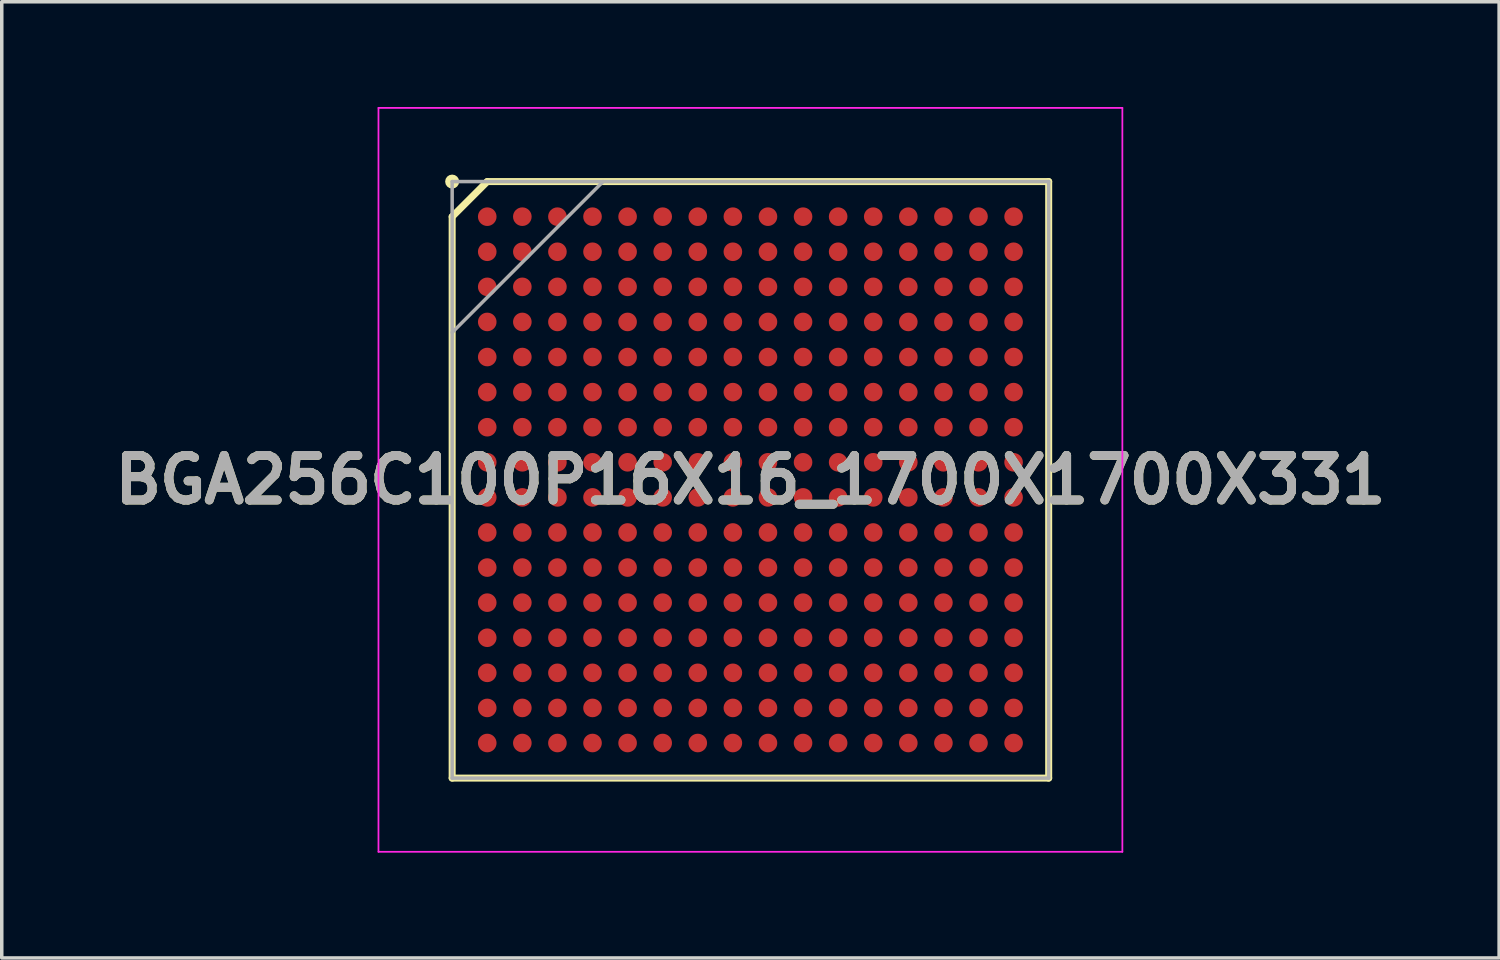
<source format=kicad_pcb>
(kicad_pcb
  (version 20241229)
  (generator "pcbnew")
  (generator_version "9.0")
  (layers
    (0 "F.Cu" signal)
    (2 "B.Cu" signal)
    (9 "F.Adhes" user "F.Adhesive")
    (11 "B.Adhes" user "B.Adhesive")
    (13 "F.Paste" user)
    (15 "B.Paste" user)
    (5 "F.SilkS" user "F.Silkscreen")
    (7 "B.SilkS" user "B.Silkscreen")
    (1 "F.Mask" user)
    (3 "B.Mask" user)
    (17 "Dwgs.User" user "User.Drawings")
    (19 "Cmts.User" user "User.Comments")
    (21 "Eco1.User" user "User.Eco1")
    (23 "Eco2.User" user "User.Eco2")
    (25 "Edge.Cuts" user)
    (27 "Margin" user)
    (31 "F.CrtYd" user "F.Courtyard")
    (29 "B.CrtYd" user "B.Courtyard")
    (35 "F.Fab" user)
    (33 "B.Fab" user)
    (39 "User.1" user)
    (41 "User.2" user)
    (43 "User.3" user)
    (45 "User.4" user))
  (footprint "BGA256C100P16X16_1700X1700X331"
    (layer "F.Cu")
    (at 18.336 10.625)
    (property "Reference" "BGA256C100P16X16_1700X1700X331" (at 0 0 0) (layer "F.SilkS") (effects (font (size 1.27 1.27) (thickness 0.254))))
    (attr smd)
    (fp_line (start -8.5 -7.5) (end -7.5 -8.5) (stroke (width 0.2) (type solid)) (layer "F.SilkS"))
    (fp_line (start -8.5 8.5) (end -8.5 -7.5) (stroke (width 0.2) (type solid)) (layer "F.SilkS"))
    (fp_line (start -7.5 -8.5) (end 8.5 -8.5) (stroke (width 0.2) (type solid)) (layer "F.SilkS"))
    (fp_line (start 8.5 -8.5) (end 8.5 8.5) (stroke (width 0.2) (type solid)) (layer "F.SilkS"))
    (fp_line (start 8.5 8.5) (end -8.5 8.5) (stroke (width 0.2) (type solid)) (layer "F.SilkS"))
    (fp_circle (center -8.5 -8.5) (end -8.5 -8.4) (stroke (width 0.2) (type solid)) (fill no) (layer "F.SilkS"))
    (fp_line (start -10.6 -10.6) (end 10.6 -10.6) (stroke (width 0.05) (type solid)) (layer "F.CrtYd"))
    (fp_line (start -10.6 10.6) (end -10.6 -10.6) (stroke (width 0.05) (type solid)) (layer "F.CrtYd"))
    (fp_line (start 10.6 -10.6) (end 10.6 10.6) (stroke (width 0.05) (type solid)) (layer "F.CrtYd"))
    (fp_line (start 10.6 10.6) (end -10.6 10.6) (stroke (width 0.05) (type solid)) (layer "F.CrtYd"))
    (fp_line (start -8.5 -8.5) (end 8.5 -8.5) (stroke (width 0.1) (type solid)) (layer "F.Fab"))
    (fp_line (start -8.5 -4.2) (end -4.2 -8.5) (stroke (width 0.1) (type solid)) (layer "F.Fab"))
    (fp_line (start -8.5 8.5) (end -8.5 -8.5) (stroke (width 0.1) (type solid)) (layer "F.Fab"))
    (fp_line (start 8.5 -8.5) (end 8.5 8.5) (stroke (width 0.1) (type solid)) (layer "F.Fab"))
    (fp_line (start 8.5 8.5) (end -8.5 8.5) (stroke (width 0.1) (type solid)) (layer "F.Fab"))
    (fp_text user "${REFERENCE}" (at 0 0 0) (layer "F.Fab") (effects (font (size 1.27 1.27) (thickness 0.254))))
    (pad "A1" smd circle (at -7.5 -7.5 90) (size 0.53 0.53) (layers "F.Cu" "F.Mask" "F.Paste"))
    (pad "A2" smd circle (at -6.5 -7.5 90) (size 0.53 0.53) (layers "F.Cu" "F.Mask" "F.Paste"))
    (pad "A3" smd circle (at -5.5 -7.5 90) (size 0.53 0.53) (layers "F.Cu" "F.Mask" "F.Paste"))
    (pad "A4" smd circle (at -4.5 -7.5 90) (size 0.53 0.53) (layers "F.Cu" "F.Mask" "F.Paste"))
    (pad "A5" smd circle (at -3.5 -7.5 90) (size 0.53 0.53) (layers "F.Cu" "F.Mask" "F.Paste"))
    (pad "A6" smd circle (at -2.5 -7.5 90) (size 0.53 0.53) (layers "F.Cu" "F.Mask" "F.Paste"))
    (pad "A7" smd circle (at -1.5 -7.5 90) (size 0.53 0.53) (layers "F.Cu" "F.Mask" "F.Paste"))
    (pad "A8" smd circle (at -0.5 -7.5 90) (size 0.53 0.53) (layers "F.Cu" "F.Mask" "F.Paste"))
    (pad "A9" smd circle (at 0.5 -7.5 90) (size 0.53 0.53) (layers "F.Cu" "F.Mask" "F.Paste"))
    (pad "A10" smd circle (at 1.5 -7.5 90) (size 0.53 0.53) (layers "F.Cu" "F.Mask" "F.Paste"))
    (pad "A11" smd circle (at 2.5 -7.5 90) (size 0.53 0.53) (layers "F.Cu" "F.Mask" "F.Paste"))
    (pad "A12" smd circle (at 3.5 -7.5 90) (size 0.53 0.53) (layers "F.Cu" "F.Mask" "F.Paste"))
    (pad "A13" smd circle (at 4.5 -7.5 90) (size 0.53 0.53) (layers "F.Cu" "F.Mask" "F.Paste"))
    (pad "A14" smd circle (at 5.5 -7.5 90) (size 0.53 0.53) (layers "F.Cu" "F.Mask" "F.Paste"))
    (pad "A15" smd circle (at 6.5 -7.5 90) (size 0.53 0.53) (layers "F.Cu" "F.Mask" "F.Paste"))
    (pad "A16" smd circle (at 7.5 -7.5 90) (size 0.53 0.53) (layers "F.Cu" "F.Mask" "F.Paste"))
    (pad "B1" smd circle (at -7.5 -6.5 90) (size 0.53 0.53) (layers "F.Cu" "F.Mask" "F.Paste"))
    (pad "B2" smd circle (at -6.5 -6.5 90) (size 0.53 0.53) (layers "F.Cu" "F.Mask" "F.Paste"))
    (pad "B3" smd circle (at -5.5 -6.5 90) (size 0.53 0.53) (layers "F.Cu" "F.Mask" "F.Paste"))
    (pad "B4" smd circle (at -4.5 -6.5 90) (size 0.53 0.53) (layers "F.Cu" "F.Mask" "F.Paste"))
    (pad "B5" smd circle (at -3.5 -6.5 90) (size 0.53 0.53) (layers "F.Cu" "F.Mask" "F.Paste"))
    (pad "B6" smd circle (at -2.5 -6.5 90) (size 0.53 0.53) (layers "F.Cu" "F.Mask" "F.Paste"))
    (pad "B7" smd circle (at -1.5 -6.5 90) (size 0.53 0.53) (layers "F.Cu" "F.Mask" "F.Paste"))
    (pad "B8" smd circle (at -0.5 -6.5 90) (size 0.53 0.53) (layers "F.Cu" "F.Mask" "F.Paste"))
    (pad "B9" smd circle (at 0.5 -6.5 90) (size 0.53 0.53) (layers "F.Cu" "F.Mask" "F.Paste"))
    (pad "B10" smd circle (at 1.5 -6.5 90) (size 0.53 0.53) (layers "F.Cu" "F.Mask" "F.Paste"))
    (pad "B11" smd circle (at 2.5 -6.5 90) (size 0.53 0.53) (layers "F.Cu" "F.Mask" "F.Paste"))
    (pad "B12" smd circle (at 3.5 -6.5 90) (size 0.53 0.53) (layers "F.Cu" "F.Mask" "F.Paste"))
    (pad "B13" smd circle (at 4.5 -6.5 90) (size 0.53 0.53) (layers "F.Cu" "F.Mask" "F.Paste"))
    (pad "B14" smd circle (at 5.5 -6.5 90) (size 0.53 0.53) (layers "F.Cu" "F.Mask" "F.Paste"))
    (pad "B15" smd circle (at 6.5 -6.5 90) (size 0.53 0.53) (layers "F.Cu" "F.Mask" "F.Paste"))
    (pad "B16" smd circle (at 7.5 -6.5 90) (size 0.53 0.53) (layers "F.Cu" "F.Mask" "F.Paste"))
    (pad "C1" smd circle (at -7.5 -5.5 90) (size 0.53 0.53) (layers "F.Cu" "F.Mask" "F.Paste"))
    (pad "C2" smd circle (at -6.5 -5.5 90) (size 0.53 0.53) (layers "F.Cu" "F.Mask" "F.Paste"))
    (pad "C3" smd circle (at -5.5 -5.5 90) (size 0.53 0.53) (layers "F.Cu" "F.Mask" "F.Paste"))
    (pad "C4" smd circle (at -4.5 -5.5 90) (size 0.53 0.53) (layers "F.Cu" "F.Mask" "F.Paste"))
    (pad "C5" smd circle (at -3.5 -5.5 90) (size 0.53 0.53) (layers "F.Cu" "F.Mask" "F.Paste"))
    (pad "C6" smd circle (at -2.5 -5.5 90) (size 0.53 0.53) (layers "F.Cu" "F.Mask" "F.Paste"))
    (pad "C7" smd circle (at -1.5 -5.5 90) (size 0.53 0.53) (layers "F.Cu" "F.Mask" "F.Paste"))
    (pad "C8" smd circle (at -0.5 -5.5 90) (size 0.53 0.53) (layers "F.Cu" "F.Mask" "F.Paste"))
    (pad "C9" smd circle (at 0.5 -5.5 90) (size 0.53 0.53) (layers "F.Cu" "F.Mask" "F.Paste"))
    (pad "C10" smd circle (at 1.5 -5.5 90) (size 0.53 0.53) (layers "F.Cu" "F.Mask" "F.Paste"))
    (pad "C11" smd circle (at 2.5 -5.5 90) (size 0.53 0.53) (layers "F.Cu" "F.Mask" "F.Paste"))
    (pad "C12" smd circle (at 3.5 -5.5 90) (size 0.53 0.53) (layers "F.Cu" "F.Mask" "F.Paste"))
    (pad "C13" smd circle (at 4.5 -5.5 90) (size 0.53 0.53) (layers "F.Cu" "F.Mask" "F.Paste"))
    (pad "C14" smd circle (at 5.5 -5.5 90) (size 0.53 0.53) (layers "F.Cu" "F.Mask" "F.Paste"))
    (pad "C15" smd circle (at 6.5 -5.5 90) (size 0.53 0.53) (layers "F.Cu" "F.Mask" "F.Paste"))
    (pad "C16" smd circle (at 7.5 -5.5 90) (size 0.53 0.53) (layers "F.Cu" "F.Mask" "F.Paste"))
    (pad "D1" smd circle (at -7.5 -4.5 90) (size 0.53 0.53) (layers "F.Cu" "F.Mask" "F.Paste"))
    (pad "D2" smd circle (at -6.5 -4.5 90) (size 0.53 0.53) (layers "F.Cu" "F.Mask" "F.Paste"))
    (pad "D3" smd circle (at -5.5 -4.5 90) (size 0.53 0.53) (layers "F.Cu" "F.Mask" "F.Paste"))
    (pad "D4" smd circle (at -4.5 -4.5 90) (size 0.53 0.53) (layers "F.Cu" "F.Mask" "F.Paste"))
    (pad "D5" smd circle (at -3.5 -4.5 90) (size 0.53 0.53) (layers "F.Cu" "F.Mask" "F.Paste"))
    (pad "D6" smd circle (at -2.5 -4.5 90) (size 0.53 0.53) (layers "F.Cu" "F.Mask" "F.Paste"))
    (pad "D7" smd circle (at -1.5 -4.5 90) (size 0.53 0.53) (layers "F.Cu" "F.Mask" "F.Paste"))
    (pad "D8" smd circle (at -0.5 -4.5 90) (size 0.53 0.53) (layers "F.Cu" "F.Mask" "F.Paste"))
    (pad "D9" smd circle (at 0.5 -4.5 90) (size 0.53 0.53) (layers "F.Cu" "F.Mask" "F.Paste"))
    (pad "D10" smd circle (at 1.5 -4.5 90) (size 0.53 0.53) (layers "F.Cu" "F.Mask" "F.Paste"))
    (pad "D11" smd circle (at 2.5 -4.5 90) (size 0.53 0.53) (layers "F.Cu" "F.Mask" "F.Paste"))
    (pad "D12" smd circle (at 3.5 -4.5 90) (size 0.53 0.53) (layers "F.Cu" "F.Mask" "F.Paste"))
    (pad "D13" smd circle (at 4.5 -4.5 90) (size 0.53 0.53) (layers "F.Cu" "F.Mask" "F.Paste"))
    (pad "D14" smd circle (at 5.5 -4.5 90) (size 0.53 0.53) (layers "F.Cu" "F.Mask" "F.Paste"))
    (pad "D15" smd circle (at 6.5 -4.5 90) (size 0.53 0.53) (layers "F.Cu" "F.Mask" "F.Paste"))
    (pad "D16" smd circle (at 7.5 -4.5 90) (size 0.53 0.53) (layers "F.Cu" "F.Mask" "F.Paste"))
    (pad "E1" smd circle (at -7.5 -3.5 90) (size 0.53 0.53) (layers "F.Cu" "F.Mask" "F.Paste"))
    (pad "E2" smd circle (at -6.5 -3.5 90) (size 0.53 0.53) (layers "F.Cu" "F.Mask" "F.Paste"))
    (pad "E3" smd circle (at -5.5 -3.5 90) (size 0.53 0.53) (layers "F.Cu" "F.Mask" "F.Paste"))
    (pad "E4" smd circle (at -4.5 -3.5 90) (size 0.53 0.53) (layers "F.Cu" "F.Mask" "F.Paste"))
    (pad "E5" smd circle (at -3.5 -3.5 90) (size 0.53 0.53) (layers "F.Cu" "F.Mask" "F.Paste"))
    (pad "E6" smd circle (at -2.5 -3.5 90) (size 0.53 0.53) (layers "F.Cu" "F.Mask" "F.Paste"))
    (pad "E7" smd circle (at -1.5 -3.5 90) (size 0.53 0.53) (layers "F.Cu" "F.Mask" "F.Paste"))
    (pad "E8" smd circle (at -0.5 -3.5 90) (size 0.53 0.53) (layers "F.Cu" "F.Mask" "F.Paste"))
    (pad "E9" smd circle (at 0.5 -3.5 90) (size 0.53 0.53) (layers "F.Cu" "F.Mask" "F.Paste"))
    (pad "E10" smd circle (at 1.5 -3.5 90) (size 0.53 0.53) (layers "F.Cu" "F.Mask" "F.Paste"))
    (pad "E11" smd circle (at 2.5 -3.5 90) (size 0.53 0.53) (layers "F.Cu" "F.Mask" "F.Paste"))
    (pad "E12" smd circle (at 3.5 -3.5 90) (size 0.53 0.53) (layers "F.Cu" "F.Mask" "F.Paste"))
    (pad "E13" smd circle (at 4.5 -3.5 90) (size 0.53 0.53) (layers "F.Cu" "F.Mask" "F.Paste"))
    (pad "E14" smd circle (at 5.5 -3.5 90) (size 0.53 0.53) (layers "F.Cu" "F.Mask" "F.Paste"))
    (pad "E15" smd circle (at 6.5 -3.5 90) (size 0.53 0.53) (layers "F.Cu" "F.Mask" "F.Paste"))
    (pad "E16" smd circle (at 7.5 -3.5 90) (size 0.53 0.53) (layers "F.Cu" "F.Mask" "F.Paste"))
    (pad "F1" smd circle (at -7.5 -2.5 90) (size 0.53 0.53) (layers "F.Cu" "F.Mask" "F.Paste"))
    (pad "F2" smd circle (at -6.5 -2.5 90) (size 0.53 0.53) (layers "F.Cu" "F.Mask" "F.Paste"))
    (pad "F3" smd circle (at -5.5 -2.5 90) (size 0.53 0.53) (layers "F.Cu" "F.Mask" "F.Paste"))
    (pad "F4" smd circle (at -4.5 -2.5 90) (size 0.53 0.53) (layers "F.Cu" "F.Mask" "F.Paste"))
    (pad "F5" smd circle (at -3.5 -2.5 90) (size 0.53 0.53) (layers "F.Cu" "F.Mask" "F.Paste"))
    (pad "F6" smd circle (at -2.5 -2.5 90) (size 0.53 0.53) (layers "F.Cu" "F.Mask" "F.Paste"))
    (pad "F7" smd circle (at -1.5 -2.5 90) (size 0.53 0.53) (layers "F.Cu" "F.Mask" "F.Paste"))
    (pad "F8" smd circle (at -0.5 -2.5 90) (size 0.53 0.53) (layers "F.Cu" "F.Mask" "F.Paste"))
    (pad "F9" smd circle (at 0.5 -2.5 90) (size 0.53 0.53) (layers "F.Cu" "F.Mask" "F.Paste"))
    (pad "F10" smd circle (at 1.5 -2.5 90) (size 0.53 0.53) (layers "F.Cu" "F.Mask" "F.Paste"))
    (pad "F11" smd circle (at 2.5 -2.5 90) (size 0.53 0.53) (layers "F.Cu" "F.Mask" "F.Paste"))
    (pad "F12" smd circle (at 3.5 -2.5 90) (size 0.53 0.53) (layers "F.Cu" "F.Mask" "F.Paste"))
    (pad "F13" smd circle (at 4.5 -2.5 90) (size 0.53 0.53) (layers "F.Cu" "F.Mask" "F.Paste"))
    (pad "F14" smd circle (at 5.5 -2.5 90) (size 0.53 0.53) (layers "F.Cu" "F.Mask" "F.Paste"))
    (pad "F15" smd circle (at 6.5 -2.5 90) (size 0.53 0.53) (layers "F.Cu" "F.Mask" "F.Paste"))
    (pad "F16" smd circle (at 7.5 -2.5 90) (size 0.53 0.53) (layers "F.Cu" "F.Mask" "F.Paste"))
    (pad "G1" smd circle (at -7.5 -1.5 90) (size 0.53 0.53) (layers "F.Cu" "F.Mask" "F.Paste"))
    (pad "G2" smd circle (at -6.5 -1.5 90) (size 0.53 0.53) (layers "F.Cu" "F.Mask" "F.Paste"))
    (pad "G3" smd circle (at -5.5 -1.5 90) (size 0.53 0.53) (layers "F.Cu" "F.Mask" "F.Paste"))
    (pad "G4" smd circle (at -4.5 -1.5 90) (size 0.53 0.53) (layers "F.Cu" "F.Mask" "F.Paste"))
    (pad "G5" smd circle (at -3.5 -1.5 90) (size 0.53 0.53) (layers "F.Cu" "F.Mask" "F.Paste"))
    (pad "G6" smd circle (at -2.5 -1.5 90) (size 0.53 0.53) (layers "F.Cu" "F.Mask" "F.Paste"))
    (pad "G7" smd circle (at -1.5 -1.5 90) (size 0.53 0.53) (layers "F.Cu" "F.Mask" "F.Paste"))
    (pad "G8" smd circle (at -0.5 -1.5 90) (size 0.53 0.53) (layers "F.Cu" "F.Mask" "F.Paste"))
    (pad "G9" smd circle (at 0.5 -1.5 90) (size 0.53 0.53) (layers "F.Cu" "F.Mask" "F.Paste"))
    (pad "G10" smd circle (at 1.5 -1.5 90) (size 0.53 0.53) (layers "F.Cu" "F.Mask" "F.Paste"))
    (pad "G11" smd circle (at 2.5 -1.5 90) (size 0.53 0.53) (layers "F.Cu" "F.Mask" "F.Paste"))
    (pad "G12" smd circle (at 3.5 -1.5 90) (size 0.53 0.53) (layers "F.Cu" "F.Mask" "F.Paste"))
    (pad "G13" smd circle (at 4.5 -1.5 90) (size 0.53 0.53) (layers "F.Cu" "F.Mask" "F.Paste"))
    (pad "G14" smd circle (at 5.5 -1.5 90) (size 0.53 0.53) (layers "F.Cu" "F.Mask" "F.Paste"))
    (pad "G15" smd circle (at 6.5 -1.5 90) (size 0.53 0.53) (layers "F.Cu" "F.Mask" "F.Paste"))
    (pad "G16" smd circle (at 7.5 -1.5 90) (size 0.53 0.53) (layers "F.Cu" "F.Mask" "F.Paste"))
    (pad "H1" smd circle (at -7.5 -0.5 90) (size 0.53 0.53) (layers "F.Cu" "F.Mask" "F.Paste"))
    (pad "H2" smd circle (at -6.5 -0.5 90) (size 0.53 0.53) (layers "F.Cu" "F.Mask" "F.Paste"))
    (pad "H3" smd circle (at -5.5 -0.5 90) (size 0.53 0.53) (layers "F.Cu" "F.Mask" "F.Paste"))
    (pad "H4" smd circle (at -4.5 -0.5 90) (size 0.53 0.53) (layers "F.Cu" "F.Mask" "F.Paste"))
    (pad "H5" smd circle (at -3.5 -0.5 90) (size 0.53 0.53) (layers "F.Cu" "F.Mask" "F.Paste"))
    (pad "H6" smd circle (at -2.5 -0.5 90) (size 0.53 0.53) (layers "F.Cu" "F.Mask" "F.Paste"))
    (pad "H7" smd circle (at -1.5 -0.5 90) (size 0.53 0.53) (layers "F.Cu" "F.Mask" "F.Paste"))
    (pad "H8" smd circle (at -0.5 -0.5 90) (size 0.53 0.53) (layers "F.Cu" "F.Mask" "F.Paste"))
    (pad "H9" smd circle (at 0.5 -0.5 90) (size 0.53 0.53) (layers "F.Cu" "F.Mask" "F.Paste"))
    (pad "H10" smd circle (at 1.5 -0.5 90) (size 0.53 0.53) (layers "F.Cu" "F.Mask" "F.Paste"))
    (pad "H11" smd circle (at 2.5 -0.5 90) (size 0.53 0.53) (layers "F.Cu" "F.Mask" "F.Paste"))
    (pad "H12" smd circle (at 3.5 -0.5 90) (size 0.53 0.53) (layers "F.Cu" "F.Mask" "F.Paste"))
    (pad "H13" smd circle (at 4.5 -0.5 90) (size 0.53 0.53) (layers "F.Cu" "F.Mask" "F.Paste"))
    (pad "H14" smd circle (at 5.5 -0.5 90) (size 0.53 0.53) (layers "F.Cu" "F.Mask" "F.Paste"))
    (pad "H15" smd circle (at 6.5 -0.5 90) (size 0.53 0.53) (layers "F.Cu" "F.Mask" "F.Paste"))
    (pad "H16" smd circle (at 7.5 -0.5 90) (size 0.53 0.53) (layers "F.Cu" "F.Mask" "F.Paste"))
    (pad "J1" smd circle (at -7.5 0.5 90) (size 0.53 0.53) (layers "F.Cu" "F.Mask" "F.Paste"))
    (pad "J2" smd circle (at -6.5 0.5 90) (size 0.53 0.53) (layers "F.Cu" "F.Mask" "F.Paste"))
    (pad "J3" smd circle (at -5.5 0.5 90) (size 0.53 0.53) (layers "F.Cu" "F.Mask" "F.Paste"))
    (pad "J4" smd circle (at -4.5 0.5 90) (size 0.53 0.53) (layers "F.Cu" "F.Mask" "F.Paste"))
    (pad "J5" smd circle (at -3.5 0.5 90) (size 0.53 0.53) (layers "F.Cu" "F.Mask" "F.Paste"))
    (pad "J6" smd circle (at -2.5 0.5 90) (size 0.53 0.53) (layers "F.Cu" "F.Mask" "F.Paste"))
    (pad "J7" smd circle (at -1.5 0.5 90) (size 0.53 0.53) (layers "F.Cu" "F.Mask" "F.Paste"))
    (pad "J8" smd circle (at -0.5 0.5 90) (size 0.53 0.53) (layers "F.Cu" "F.Mask" "F.Paste"))
    (pad "J9" smd circle (at 0.5 0.5 90) (size 0.53 0.53) (layers "F.Cu" "F.Mask" "F.Paste"))
    (pad "J10" smd circle (at 1.5 0.5 90) (size 0.53 0.53) (layers "F.Cu" "F.Mask" "F.Paste"))
    (pad "J11" smd circle (at 2.5 0.5 90) (size 0.53 0.53) (layers "F.Cu" "F.Mask" "F.Paste"))
    (pad "J12" smd circle (at 3.5 0.5 90) (size 0.53 0.53) (layers "F.Cu" "F.Mask" "F.Paste"))
    (pad "J13" smd circle (at 4.5 0.5 90) (size 0.53 0.53) (layers "F.Cu" "F.Mask" "F.Paste"))
    (pad "J14" smd circle (at 5.5 0.5 90) (size 0.53 0.53) (layers "F.Cu" "F.Mask" "F.Paste"))
    (pad "J15" smd circle (at 6.5 0.5 90) (size 0.53 0.53) (layers "F.Cu" "F.Mask" "F.Paste"))
    (pad "J16" smd circle (at 7.5 0.5 90) (size 0.53 0.53) (layers "F.Cu" "F.Mask" "F.Paste"))
    (pad "K1" smd circle (at -7.5 1.5 90) (size 0.53 0.53) (layers "F.Cu" "F.Mask" "F.Paste"))
    (pad "K2" smd circle (at -6.5 1.5 90) (size 0.53 0.53) (layers "F.Cu" "F.Mask" "F.Paste"))
    (pad "K3" smd circle (at -5.5 1.5 90) (size 0.53 0.53) (layers "F.Cu" "F.Mask" "F.Paste"))
    (pad "K4" smd circle (at -4.5 1.5 90) (size 0.53 0.53) (layers "F.Cu" "F.Mask" "F.Paste"))
    (pad "K5" smd circle (at -3.5 1.5 90) (size 0.53 0.53) (layers "F.Cu" "F.Mask" "F.Paste"))
    (pad "K6" smd circle (at -2.5 1.5 90) (size 0.53 0.53) (layers "F.Cu" "F.Mask" "F.Paste"))
    (pad "K7" smd circle (at -1.5 1.5 90) (size 0.53 0.53) (layers "F.Cu" "F.Mask" "F.Paste"))
    (pad "K8" smd circle (at -0.5 1.5 90) (size 0.53 0.53) (layers "F.Cu" "F.Mask" "F.Paste"))
    (pad "K9" smd circle (at 0.5 1.5 90) (size 0.53 0.53) (layers "F.Cu" "F.Mask" "F.Paste"))
    (pad "K10" smd circle (at 1.5 1.5 90) (size 0.53 0.53) (layers "F.Cu" "F.Mask" "F.Paste"))
    (pad "K11" smd circle (at 2.5 1.5 90) (size 0.53 0.53) (layers "F.Cu" "F.Mask" "F.Paste"))
    (pad "K12" smd circle (at 3.5 1.5 90) (size 0.53 0.53) (layers "F.Cu" "F.Mask" "F.Paste"))
    (pad "K13" smd circle (at 4.5 1.5 90) (size 0.53 0.53) (layers "F.Cu" "F.Mask" "F.Paste"))
    (pad "K14" smd circle (at 5.5 1.5 90) (size 0.53 0.53) (layers "F.Cu" "F.Mask" "F.Paste"))
    (pad "K15" smd circle (at 6.5 1.5 90) (size 0.53 0.53) (layers "F.Cu" "F.Mask" "F.Paste"))
    (pad "K16" smd circle (at 7.5 1.5 90) (size 0.53 0.53) (layers "F.Cu" "F.Mask" "F.Paste"))
    (pad "L1" smd circle (at -7.5 2.5 90) (size 0.53 0.53) (layers "F.Cu" "F.Mask" "F.Paste"))
    (pad "L2" smd circle (at -6.5 2.5 90) (size 0.53 0.53) (layers "F.Cu" "F.Mask" "F.Paste"))
    (pad "L3" smd circle (at -5.5 2.5 90) (size 0.53 0.53) (layers "F.Cu" "F.Mask" "F.Paste"))
    (pad "L4" smd circle (at -4.5 2.5 90) (size 0.53 0.53) (layers "F.Cu" "F.Mask" "F.Paste"))
    (pad "L5" smd circle (at -3.5 2.5 90) (size 0.53 0.53) (layers "F.Cu" "F.Mask" "F.Paste"))
    (pad "L6" smd circle (at -2.5 2.5 90) (size 0.53 0.53) (layers "F.Cu" "F.Mask" "F.Paste"))
    (pad "L7" smd circle (at -1.5 2.5 90) (size 0.53 0.53) (layers "F.Cu" "F.Mask" "F.Paste"))
    (pad "L8" smd circle (at -0.5 2.5 90) (size 0.53 0.53) (layers "F.Cu" "F.Mask" "F.Paste"))
    (pad "L9" smd circle (at 0.5 2.5 90) (size 0.53 0.53) (layers "F.Cu" "F.Mask" "F.Paste"))
    (pad "L10" smd circle (at 1.5 2.5 90) (size 0.53 0.53) (layers "F.Cu" "F.Mask" "F.Paste"))
    (pad "L11" smd circle (at 2.5 2.5 90) (size 0.53 0.53) (layers "F.Cu" "F.Mask" "F.Paste"))
    (pad "L12" smd circle (at 3.5 2.5 90) (size 0.53 0.53) (layers "F.Cu" "F.Mask" "F.Paste"))
    (pad "L13" smd circle (at 4.5 2.5 90) (size 0.53 0.53) (layers "F.Cu" "F.Mask" "F.Paste"))
    (pad "L14" smd circle (at 5.5 2.5 90) (size 0.53 0.53) (layers "F.Cu" "F.Mask" "F.Paste"))
    (pad "L15" smd circle (at 6.5 2.5 90) (size 0.53 0.53) (layers "F.Cu" "F.Mask" "F.Paste"))
    (pad "L16" smd circle (at 7.5 2.5 90) (size 0.53 0.53) (layers "F.Cu" "F.Mask" "F.Paste"))
    (pad "M1" smd circle (at -7.5 3.5 90) (size 0.53 0.53) (layers "F.Cu" "F.Mask" "F.Paste"))
    (pad "M2" smd circle (at -6.5 3.5 90) (size 0.53 0.53) (layers "F.Cu" "F.Mask" "F.Paste"))
    (pad "M3" smd circle (at -5.5 3.5 90) (size 0.53 0.53) (layers "F.Cu" "F.Mask" "F.Paste"))
    (pad "M4" smd circle (at -4.5 3.5 90) (size 0.53 0.53) (layers "F.Cu" "F.Mask" "F.Paste"))
    (pad "M5" smd circle (at -3.5 3.5 90) (size 0.53 0.53) (layers "F.Cu" "F.Mask" "F.Paste"))
    (pad "M6" smd circle (at -2.5 3.5 90) (size 0.53 0.53) (layers "F.Cu" "F.Mask" "F.Paste"))
    (pad "M7" smd circle (at -1.5 3.5 90) (size 0.53 0.53) (layers "F.Cu" "F.Mask" "F.Paste"))
    (pad "M8" smd circle (at -0.5 3.5 90) (size 0.53 0.53) (layers "F.Cu" "F.Mask" "F.Paste"))
    (pad "M9" smd circle (at 0.5 3.5 90) (size 0.53 0.53) (layers "F.Cu" "F.Mask" "F.Paste"))
    (pad "M10" smd circle (at 1.5 3.5 90) (size 0.53 0.53) (layers "F.Cu" "F.Mask" "F.Paste"))
    (pad "M11" smd circle (at 2.5 3.5 90) (size 0.53 0.53) (layers "F.Cu" "F.Mask" "F.Paste"))
    (pad "M12" smd circle (at 3.5 3.5 90) (size 0.53 0.53) (layers "F.Cu" "F.Mask" "F.Paste"))
    (pad "M13" smd circle (at 4.5 3.5 90) (size 0.53 0.53) (layers "F.Cu" "F.Mask" "F.Paste"))
    (pad "M14" smd circle (at 5.5 3.5 90) (size 0.53 0.53) (layers "F.Cu" "F.Mask" "F.Paste"))
    (pad "M15" smd circle (at 6.5 3.5 90) (size 0.53 0.53) (layers "F.Cu" "F.Mask" "F.Paste"))
    (pad "M16" smd circle (at 7.5 3.5 90) (size 0.53 0.53) (layers "F.Cu" "F.Mask" "F.Paste"))
    (pad "N1" smd circle (at -7.5 4.5 90) (size 0.53 0.53) (layers "F.Cu" "F.Mask" "F.Paste"))
    (pad "N2" smd circle (at -6.5 4.5 90) (size 0.53 0.53) (layers "F.Cu" "F.Mask" "F.Paste"))
    (pad "N3" smd circle (at -5.5 4.5 90) (size 0.53 0.53) (layers "F.Cu" "F.Mask" "F.Paste"))
    (pad "N4" smd circle (at -4.5 4.5 90) (size 0.53 0.53) (layers "F.Cu" "F.Mask" "F.Paste"))
    (pad "N5" smd circle (at -3.5 4.5 90) (size 0.53 0.53) (layers "F.Cu" "F.Mask" "F.Paste"))
    (pad "N6" smd circle (at -2.5 4.5 90) (size 0.53 0.53) (layers "F.Cu" "F.Mask" "F.Paste"))
    (pad "N7" smd circle (at -1.5 4.5 90) (size 0.53 0.53) (layers "F.Cu" "F.Mask" "F.Paste"))
    (pad "N8" smd circle (at -0.5 4.5 90) (size 0.53 0.53) (layers "F.Cu" "F.Mask" "F.Paste"))
    (pad "N9" smd circle (at 0.5 4.5 90) (size 0.53 0.53) (layers "F.Cu" "F.Mask" "F.Paste"))
    (pad "N10" smd circle (at 1.5 4.5 90) (size 0.53 0.53) (layers "F.Cu" "F.Mask" "F.Paste"))
    (pad "N11" smd circle (at 2.5 4.5 90) (size 0.53 0.53) (layers "F.Cu" "F.Mask" "F.Paste"))
    (pad "N12" smd circle (at 3.5 4.5 90) (size 0.53 0.53) (layers "F.Cu" "F.Mask" "F.Paste"))
    (pad "N13" smd circle (at 4.5 4.5 90) (size 0.53 0.53) (layers "F.Cu" "F.Mask" "F.Paste"))
    (pad "N14" smd circle (at 5.5 4.5 90) (size 0.53 0.53) (layers "F.Cu" "F.Mask" "F.Paste"))
    (pad "N15" smd circle (at 6.5 4.5 90) (size 0.53 0.53) (layers "F.Cu" "F.Mask" "F.Paste"))
    (pad "N16" smd circle (at 7.5 4.5 90) (size 0.53 0.53) (layers "F.Cu" "F.Mask" "F.Paste"))
    (pad "P1" smd circle (at -7.5 5.5 90) (size 0.53 0.53) (layers "F.Cu" "F.Mask" "F.Paste"))
    (pad "P2" smd circle (at -6.5 5.5 90) (size 0.53 0.53) (layers "F.Cu" "F.Mask" "F.Paste"))
    (pad "P3" smd circle (at -5.5 5.5 90) (size 0.53 0.53) (layers "F.Cu" "F.Mask" "F.Paste"))
    (pad "P4" smd circle (at -4.5 5.5 90) (size 0.53 0.53) (layers "F.Cu" "F.Mask" "F.Paste"))
    (pad "P5" smd circle (at -3.5 5.5 90) (size 0.53 0.53) (layers "F.Cu" "F.Mask" "F.Paste"))
    (pad "P6" smd circle (at -2.5 5.5 90) (size 0.53 0.53) (layers "F.Cu" "F.Mask" "F.Paste"))
    (pad "P7" smd circle (at -1.5 5.5 90) (size 0.53 0.53) (layers "F.Cu" "F.Mask" "F.Paste"))
    (pad "P8" smd circle (at -0.5 5.5 90) (size 0.53 0.53) (layers "F.Cu" "F.Mask" "F.Paste"))
    (pad "P9" smd circle (at 0.5 5.5 90) (size 0.53 0.53) (layers "F.Cu" "F.Mask" "F.Paste"))
    (pad "P10" smd circle (at 1.5 5.5 90) (size 0.53 0.53) (layers "F.Cu" "F.Mask" "F.Paste"))
    (pad "P11" smd circle (at 2.5 5.5 90) (size 0.53 0.53) (layers "F.Cu" "F.Mask" "F.Paste"))
    (pad "P12" smd circle (at 3.5 5.5 90) (size 0.53 0.53) (layers "F.Cu" "F.Mask" "F.Paste"))
    (pad "P13" smd circle (at 4.5 5.5 90) (size 0.53 0.53) (layers "F.Cu" "F.Mask" "F.Paste"))
    (pad "P14" smd circle (at 5.5 5.5 90) (size 0.53 0.53) (layers "F.Cu" "F.Mask" "F.Paste"))
    (pad "P15" smd circle (at 6.5 5.5 90) (size 0.53 0.53) (layers "F.Cu" "F.Mask" "F.Paste"))
    (pad "P16" smd circle (at 7.5 5.5 90) (size 0.53 0.53) (layers "F.Cu" "F.Mask" "F.Paste"))
    (pad "R1" smd circle (at -7.5 6.5 90) (size 0.53 0.53) (layers "F.Cu" "F.Mask" "F.Paste"))
    (pad "R2" smd circle (at -6.5 6.5 90) (size 0.53 0.53) (layers "F.Cu" "F.Mask" "F.Paste"))
    (pad "R3" smd circle (at -5.5 6.5 90) (size 0.53 0.53) (layers "F.Cu" "F.Mask" "F.Paste"))
    (pad "R4" smd circle (at -4.5 6.5 90) (size 0.53 0.53) (layers "F.Cu" "F.Mask" "F.Paste"))
    (pad "R5" smd circle (at -3.5 6.5 90) (size 0.53 0.53) (layers "F.Cu" "F.Mask" "F.Paste"))
    (pad "R6" smd circle (at -2.5 6.5 90) (size 0.53 0.53) (layers "F.Cu" "F.Mask" "F.Paste"))
    (pad "R7" smd circle (at -1.5 6.5 90) (size 0.53 0.53) (layers "F.Cu" "F.Mask" "F.Paste"))
    (pad "R8" smd circle (at -0.5 6.5 90) (size 0.53 0.53) (layers "F.Cu" "F.Mask" "F.Paste"))
    (pad "R9" smd circle (at 0.5 6.5 90) (size 0.53 0.53) (layers "F.Cu" "F.Mask" "F.Paste"))
    (pad "R10" smd circle (at 1.5 6.5 90) (size 0.53 0.53) (layers "F.Cu" "F.Mask" "F.Paste"))
    (pad "R11" smd circle (at 2.5 6.5 90) (size 0.53 0.53) (layers "F.Cu" "F.Mask" "F.Paste"))
    (pad "R12" smd circle (at 3.5 6.5 90) (size 0.53 0.53) (layers "F.Cu" "F.Mask" "F.Paste"))
    (pad "R13" smd circle (at 4.5 6.5 90) (size 0.53 0.53) (layers "F.Cu" "F.Mask" "F.Paste"))
    (pad "R14" smd circle (at 5.5 6.5 90) (size 0.53 0.53) (layers "F.Cu" "F.Mask" "F.Paste"))
    (pad "R15" smd circle (at 6.5 6.5 90) (size 0.53 0.53) (layers "F.Cu" "F.Mask" "F.Paste"))
    (pad "R16" smd circle (at 7.5 6.5 90) (size 0.53 0.53) (layers "F.Cu" "F.Mask" "F.Paste"))
    (pad "T1" smd circle (at -7.5 7.5 90) (size 0.53 0.53) (layers "F.Cu" "F.Mask" "F.Paste"))
    (pad "T2" smd circle (at -6.5 7.5 90) (size 0.53 0.53) (layers "F.Cu" "F.Mask" "F.Paste"))
    (pad "T3" smd circle (at -5.5 7.5 90) (size 0.53 0.53) (layers "F.Cu" "F.Mask" "F.Paste"))
    (pad "T4" smd circle (at -4.5 7.5 90) (size 0.53 0.53) (layers "F.Cu" "F.Mask" "F.Paste"))
    (pad "T5" smd circle (at -3.5 7.5 90) (size 0.53 0.53) (layers "F.Cu" "F.Mask" "F.Paste"))
    (pad "T6" smd circle (at -2.5 7.5 90) (size 0.53 0.53) (layers "F.Cu" "F.Mask" "F.Paste"))
    (pad "T7" smd circle (at -1.5 7.5 90) (size 0.53 0.53) (layers "F.Cu" "F.Mask" "F.Paste"))
    (pad "T8" smd circle (at -0.5 7.5 90) (size 0.53 0.53) (layers "F.Cu" "F.Mask" "F.Paste"))
    (pad "T9" smd circle (at 0.5 7.5 90) (size 0.53 0.53) (layers "F.Cu" "F.Mask" "F.Paste"))
    (pad "T10" smd circle (at 1.5 7.5 90) (size 0.53 0.53) (layers "F.Cu" "F.Mask" "F.Paste"))
    (pad "T11" smd circle (at 2.5 7.5 90) (size 0.53 0.53) (layers "F.Cu" "F.Mask" "F.Paste"))
    (pad "T12" smd circle (at 3.5 7.5 90) (size 0.53 0.53) (layers "F.Cu" "F.Mask" "F.Paste"))
    (pad "T13" smd circle (at 4.5 7.5 90) (size 0.53 0.53) (layers "F.Cu" "F.Mask" "F.Paste"))
    (pad "T14" smd circle (at 5.5 7.5 90) (size 0.53 0.53) (layers "F.Cu" "F.Mask" "F.Paste"))
    (pad "T15" smd circle (at 6.5 7.5 90) (size 0.53 0.53) (layers "F.Cu" "F.Mask" "F.Paste"))
    (pad "T16" smd circle (at 7.5 7.5 90) (size 0.53 0.53) (layers "F.Cu" "F.Mask" "F.Paste")))
  (gr_rect
    (start -3 -3)
    (end 39.673 24.25)
    (stroke (width 0.1) (type default))
    (fill no)
    (layer "Edge.Cuts")))
</source>
